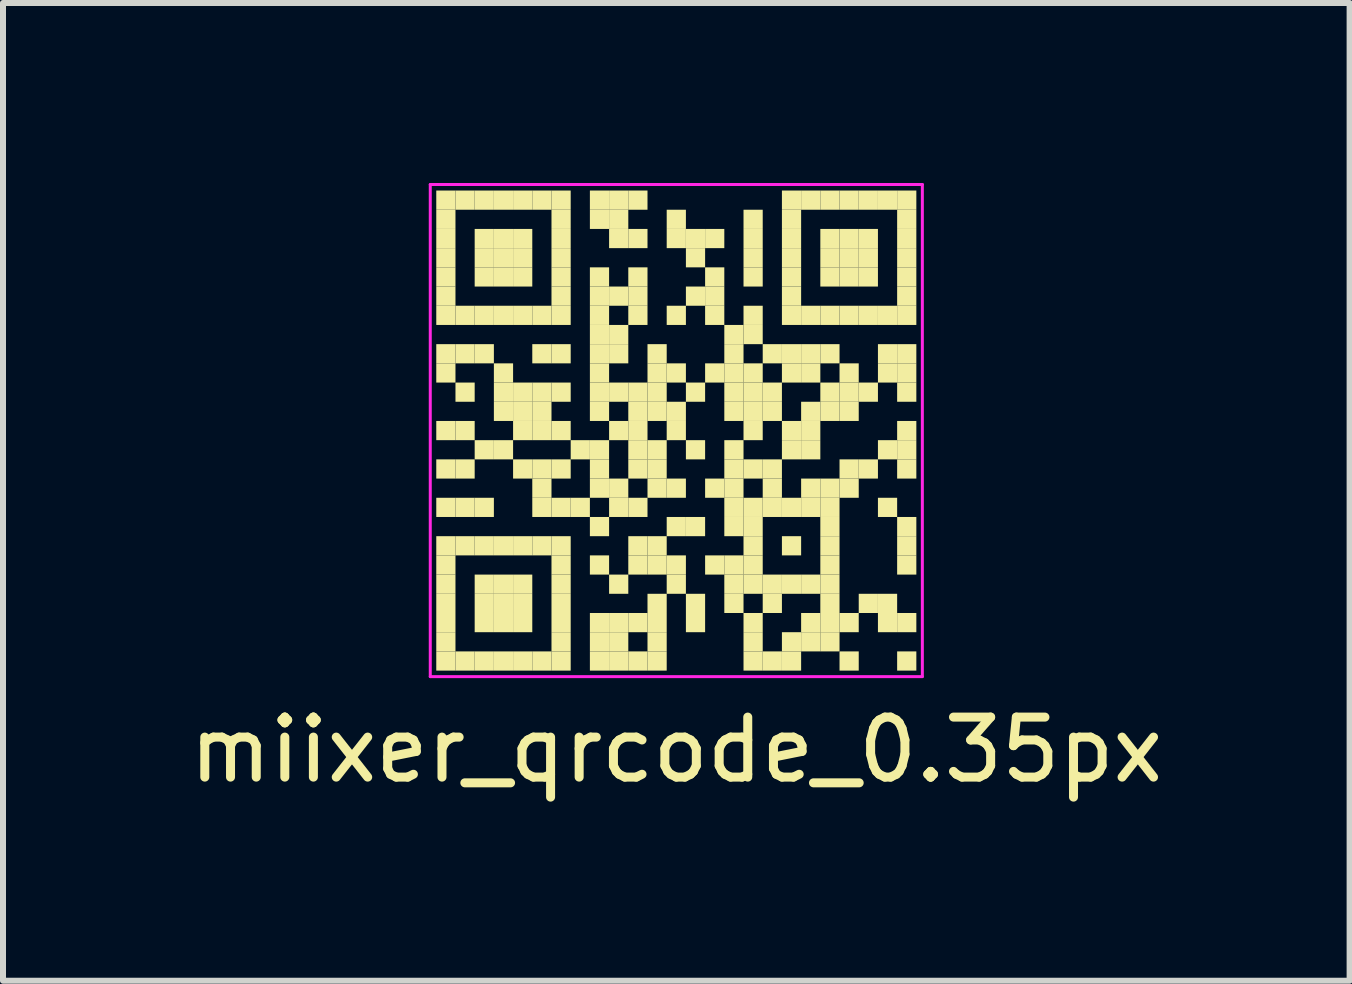
<source format=kicad_pcb>
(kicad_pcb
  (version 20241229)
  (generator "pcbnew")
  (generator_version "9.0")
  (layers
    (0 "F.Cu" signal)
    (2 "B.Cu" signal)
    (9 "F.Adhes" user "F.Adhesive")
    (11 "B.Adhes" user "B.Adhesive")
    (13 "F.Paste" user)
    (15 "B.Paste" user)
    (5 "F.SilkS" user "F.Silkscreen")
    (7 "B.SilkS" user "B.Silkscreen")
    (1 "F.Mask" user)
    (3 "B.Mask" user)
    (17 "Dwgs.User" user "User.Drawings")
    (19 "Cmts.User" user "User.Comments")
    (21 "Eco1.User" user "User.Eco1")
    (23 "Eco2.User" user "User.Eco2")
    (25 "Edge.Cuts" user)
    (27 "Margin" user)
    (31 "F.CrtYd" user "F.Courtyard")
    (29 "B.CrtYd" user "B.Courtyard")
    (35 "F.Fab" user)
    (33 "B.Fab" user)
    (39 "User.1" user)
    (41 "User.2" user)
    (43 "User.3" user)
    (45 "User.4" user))
  (footprint "miixer_qrcode_0.35px"
    (layer "F.Cu")
    (at 8.22 4.125)
    (property "Reference" "miixer_qrcode_0.35px" (at 0 5.32 0) (layer "F.SilkS") (effects (font (size 1 1) (thickness 0.15))))
    (fp_rect (start -4 -4) (end -3.68 -3.68) (stroke (width 0) (type default)) (fill yes) (layer "F.SilkS"))
    (fp_rect (start -4 -3.68) (end -3.68 -3.36) (stroke (width 0) (type default)) (fill yes) (layer "F.SilkS"))
    (fp_rect (start -4 -3.36) (end -3.68 -3.04) (stroke (width 0) (type default)) (fill yes) (layer "F.SilkS"))
    (fp_rect (start -4 -3.04) (end -3.68 -2.72) (stroke (width 0) (type default)) (fill yes) (layer "F.SilkS"))
    (fp_rect (start -4 -2.72) (end -3.68 -2.4) (stroke (width 0) (type default)) (fill yes) (layer "F.SilkS"))
    (fp_rect (start -4 -2.4) (end -3.68 -2.08) (stroke (width 0) (type default)) (fill yes) (layer "F.SilkS"))
    (fp_rect (start -4 -2.08) (end -3.68 -1.76) (stroke (width 0) (type default)) (fill yes) (layer "F.SilkS"))
    (fp_rect (start -4 -1.44) (end -3.68 -1.12) (stroke (width 0) (type default)) (fill yes) (layer "F.SilkS"))
    (fp_rect (start -4 -1.12) (end -3.68 -0.8) (stroke (width 0) (type default)) (fill yes) (layer "F.SilkS"))
    (fp_rect (start -4 -0.16) (end -3.68 0.16) (stroke (width 0) (type default)) (fill yes) (layer "F.SilkS"))
    (fp_rect (start -4 0.48) (end -3.68 0.8) (stroke (width 0) (type default)) (fill yes) (layer "F.SilkS"))
    (fp_rect (start -4 1.12) (end -3.68 1.44) (stroke (width 0) (type default)) (fill yes) (layer "F.SilkS"))
    (fp_rect (start -4 1.76) (end -3.68 2.08) (stroke (width 0) (type default)) (fill yes) (layer "F.SilkS"))
    (fp_rect (start -4 2.08) (end -3.68 2.4) (stroke (width 0) (type default)) (fill yes) (layer "F.SilkS"))
    (fp_rect (start -4 2.4) (end -3.68 2.72) (stroke (width 0) (type default)) (fill yes) (layer "F.SilkS"))
    (fp_rect (start -4 2.72) (end -3.68 3.04) (stroke (width 0) (type default)) (fill yes) (layer "F.SilkS"))
    (fp_rect (start -4 3.04) (end -3.68 3.36) (stroke (width 0) (type default)) (fill yes) (layer "F.SilkS"))
    (fp_rect (start -4 3.36) (end -3.68 3.68) (stroke (width 0) (type default)) (fill yes) (layer "F.SilkS"))
    (fp_rect (start -4 3.68) (end -3.68 4) (stroke (width 0) (type default)) (fill yes) (layer "F.SilkS"))
    (fp_rect (start -3.68 -4) (end -3.36 -3.68) (stroke (width 0) (type default)) (fill yes) (layer "F.SilkS"))
    (fp_rect (start -3.68 -2.08) (end -3.36 -1.76) (stroke (width 0) (type default)) (fill yes) (layer "F.SilkS"))
    (fp_rect (start -3.68 -1.44) (end -3.36 -1.12) (stroke (width 0) (type default)) (fill yes) (layer "F.SilkS"))
    (fp_rect (start -3.68 -0.8) (end -3.36 -0.48) (stroke (width 0) (type default)) (fill yes) (layer "F.SilkS"))
    (fp_rect (start -3.68 -0.16) (end -3.36 0.16) (stroke (width 0) (type default)) (fill yes) (layer "F.SilkS"))
    (fp_rect (start -3.68 0.48) (end -3.36 0.8) (stroke (width 0) (type default)) (fill yes) (layer "F.SilkS"))
    (fp_rect (start -3.68 1.12) (end -3.36 1.44) (stroke (width 0) (type default)) (fill yes) (layer "F.SilkS"))
    (fp_rect (start -3.68 1.76) (end -3.36 2.08) (stroke (width 0) (type default)) (fill yes) (layer "F.SilkS"))
    (fp_rect (start -3.68 3.68) (end -3.36 4) (stroke (width 0) (type default)) (fill yes) (layer "F.SilkS"))
    (fp_rect (start -3.36 -4) (end -3.04 -3.68) (stroke (width 0) (type default)) (fill yes) (layer "F.SilkS"))
    (fp_rect (start -3.36 -3.36) (end -3.04 -3.04) (stroke (width 0) (type default)) (fill yes) (layer "F.SilkS"))
    (fp_rect (start -3.36 -3.04) (end -3.04 -2.72) (stroke (width 0) (type default)) (fill yes) (layer "F.SilkS"))
    (fp_rect (start -3.36 -2.72) (end -3.04 -2.4) (stroke (width 0) (type default)) (fill yes) (layer "F.SilkS"))
    (fp_rect (start -3.36 -2.08) (end -3.04 -1.76) (stroke (width 0) (type default)) (fill yes) (layer "F.SilkS"))
    (fp_rect (start -3.36 -1.44) (end -3.04 -1.12) (stroke (width 0) (type default)) (fill yes) (layer "F.SilkS"))
    (fp_rect (start -3.36 0.16) (end -3.04 0.48) (stroke (width 0) (type default)) (fill yes) (layer "F.SilkS"))
    (fp_rect (start -3.36 1.12) (end -3.04 1.44) (stroke (width 0) (type default)) (fill yes) (layer "F.SilkS"))
    (fp_rect (start -3.36 1.76) (end -3.04 2.08) (stroke (width 0) (type default)) (fill yes) (layer "F.SilkS"))
    (fp_rect (start -3.36 2.4) (end -3.04 2.72) (stroke (width 0) (type default)) (fill yes) (layer "F.SilkS"))
    (fp_rect (start -3.36 2.72) (end -3.04 3.04) (stroke (width 0) (type default)) (fill yes) (layer "F.SilkS"))
    (fp_rect (start -3.36 3.04) (end -3.04 3.36) (stroke (width 0) (type default)) (fill yes) (layer "F.SilkS"))
    (fp_rect (start -3.36 3.68) (end -3.04 4) (stroke (width 0) (type default)) (fill yes) (layer "F.SilkS"))
    (fp_rect (start -3.04 -4) (end -2.72 -3.68) (stroke (width 0) (type default)) (fill yes) (layer "F.SilkS"))
    (fp_rect (start -3.04 -3.36) (end -2.72 -3.04) (stroke (width 0) (type default)) (fill yes) (layer "F.SilkS"))
    (fp_rect (start -3.04 -3.04) (end -2.72 -2.72) (stroke (width 0) (type default)) (fill yes) (layer "F.SilkS"))
    (fp_rect (start -3.04 -2.72) (end -2.72 -2.4) (stroke (width 0) (type default)) (fill yes) (layer "F.SilkS"))
    (fp_rect (start -3.04 -2.08) (end -2.72 -1.76) (stroke (width 0) (type default)) (fill yes) (layer "F.SilkS"))
    (fp_rect (start -3.04 -1.12) (end -2.72 -0.8) (stroke (width 0) (type default)) (fill yes) (layer "F.SilkS"))
    (fp_rect (start -3.04 -0.8) (end -2.72 -0.48) (stroke (width 0) (type default)) (fill yes) (layer "F.SilkS"))
    (fp_rect (start -3.04 -0.48) (end -2.72 -0.16) (stroke (width 0) (type default)) (fill yes) (layer "F.SilkS"))
    (fp_rect (start -3.04 0.16) (end -2.72 0.48) (stroke (width 0) (type default)) (fill yes) (layer "F.SilkS"))
    (fp_rect (start -3.04 1.76) (end -2.72 2.08) (stroke (width 0) (type default)) (fill yes) (layer "F.SilkS"))
    (fp_rect (start -3.04 2.4) (end -2.72 2.72) (stroke (width 0) (type default)) (fill yes) (layer "F.SilkS"))
    (fp_rect (start -3.04 2.72) (end -2.72 3.04) (stroke (width 0) (type default)) (fill yes) (layer "F.SilkS"))
    (fp_rect (start -3.04 3.04) (end -2.72 3.36) (stroke (width 0) (type default)) (fill yes) (layer "F.SilkS"))
    (fp_rect (start -3.04 3.68) (end -2.72 4) (stroke (width 0) (type default)) (fill yes) (layer "F.SilkS"))
    (fp_rect (start -2.72 -4) (end -2.4 -3.68) (stroke (width 0) (type default)) (fill yes) (layer "F.SilkS"))
    (fp_rect (start -2.72 -3.36) (end -2.4 -3.04) (stroke (width 0) (type default)) (fill yes) (layer "F.SilkS"))
    (fp_rect (start -2.72 -3.04) (end -2.4 -2.72) (stroke (width 0) (type default)) (fill yes) (layer "F.SilkS"))
    (fp_rect (start -2.72 -2.72) (end -2.4 -2.4) (stroke (width 0) (type default)) (fill yes) (layer "F.SilkS"))
    (fp_rect (start -2.72 -2.08) (end -2.4 -1.76) (stroke (width 0) (type default)) (fill yes) (layer "F.SilkS"))
    (fp_rect (start -2.72 -0.8) (end -2.4 -0.48) (stroke (width 0) (type default)) (fill yes) (layer "F.SilkS"))
    (fp_rect (start -2.72 -0.48) (end -2.4 -0.16) (stroke (width 0) (type default)) (fill yes) (layer "F.SilkS"))
    (fp_rect (start -2.72 -0.16) (end -2.4 0.16) (stroke (width 0) (type default)) (fill yes) (layer "F.SilkS"))
    (fp_rect (start -2.72 0.48) (end -2.4 0.8) (stroke (width 0) (type default)) (fill yes) (layer "F.SilkS"))
    (fp_rect (start -2.72 1.76) (end -2.4 2.08) (stroke (width 0) (type default)) (fill yes) (layer "F.SilkS"))
    (fp_rect (start -2.72 2.4) (end -2.4 2.72) (stroke (width 0) (type default)) (fill yes) (layer "F.SilkS"))
    (fp_rect (start -2.72 2.72) (end -2.4 3.04) (stroke (width 0) (type default)) (fill yes) (layer "F.SilkS"))
    (fp_rect (start -2.72 3.04) (end -2.4 3.36) (stroke (width 0) (type default)) (fill yes) (layer "F.SilkS"))
    (fp_rect (start -2.72 3.68) (end -2.4 4) (stroke (width 0) (type default)) (fill yes) (layer "F.SilkS"))
    (fp_rect (start -2.4 -4) (end -2.08 -3.68) (stroke (width 0) (type default)) (fill yes) (layer "F.SilkS"))
    (fp_rect (start -2.4 -2.08) (end -2.08 -1.76) (stroke (width 0) (type default)) (fill yes) (layer "F.SilkS"))
    (fp_rect (start -2.4 -1.44) (end -2.08 -1.12) (stroke (width 0) (type default)) (fill yes) (layer "F.SilkS"))
    (fp_rect (start -2.4 -0.8) (end -2.08 -0.48) (stroke (width 0) (type default)) (fill yes) (layer "F.SilkS"))
    (fp_rect (start -2.4 -0.48) (end -2.08 -0.16) (stroke (width 0) (type default)) (fill yes) (layer "F.SilkS"))
    (fp_rect (start -2.4 -0.16) (end -2.08 0.16) (stroke (width 0) (type default)) (fill yes) (layer "F.SilkS"))
    (fp_rect (start -2.4 0.48) (end -2.08 0.8) (stroke (width 0) (type default)) (fill yes) (layer "F.SilkS"))
    (fp_rect (start -2.4 0.8) (end -2.08 1.12) (stroke (width 0) (type default)) (fill yes) (layer "F.SilkS"))
    (fp_rect (start -2.4 1.12) (end -2.08 1.44) (stroke (width 0) (type default)) (fill yes) (layer "F.SilkS"))
    (fp_rect (start -2.4 1.76) (end -2.08 2.08) (stroke (width 0) (type default)) (fill yes) (layer "F.SilkS"))
    (fp_rect (start -2.4 3.68) (end -2.08 4) (stroke (width 0) (type default)) (fill yes) (layer "F.SilkS"))
    (fp_rect (start -2.08 -4) (end -1.76 -3.68) (stroke (width 0) (type default)) (fill yes) (layer "F.SilkS"))
    (fp_rect (start -2.08 -3.68) (end -1.76 -3.36) (stroke (width 0) (type default)) (fill yes) (layer "F.SilkS"))
    (fp_rect (start -2.08 -3.36) (end -1.76 -3.04) (stroke (width 0) (type default)) (fill yes) (layer "F.SilkS"))
    (fp_rect (start -2.08 -3.04) (end -1.76 -2.72) (stroke (width 0) (type default)) (fill yes) (layer "F.SilkS"))
    (fp_rect (start -2.08 -2.72) (end -1.76 -2.4) (stroke (width 0) (type default)) (fill yes) (layer "F.SilkS"))
    (fp_rect (start -2.08 -2.4) (end -1.76 -2.08) (stroke (width 0) (type default)) (fill yes) (layer "F.SilkS"))
    (fp_rect (start -2.08 -2.08) (end -1.76 -1.76) (stroke (width 0) (type default)) (fill yes) (layer "F.SilkS"))
    (fp_rect (start -2.08 -1.44) (end -1.76 -1.12) (stroke (width 0) (type default)) (fill yes) (layer "F.SilkS"))
    (fp_rect (start -2.08 -0.8) (end -1.76 -0.48) (stroke (width 0) (type default)) (fill yes) (layer "F.SilkS"))
    (fp_rect (start -2.08 -0.16) (end -1.76 0.16) (stroke (width 0) (type default)) (fill yes) (layer "F.SilkS"))
    (fp_rect (start -2.08 0.48) (end -1.76 0.8) (stroke (width 0) (type default)) (fill yes) (layer "F.SilkS"))
    (fp_rect (start -2.08 1.12) (end -1.76 1.44) (stroke (width 0) (type default)) (fill yes) (layer "F.SilkS"))
    (fp_rect (start -2.08 1.76) (end -1.76 2.08) (stroke (width 0) (type default)) (fill yes) (layer "F.SilkS"))
    (fp_rect (start -2.08 2.08) (end -1.76 2.4) (stroke (width 0) (type default)) (fill yes) (layer "F.SilkS"))
    (fp_rect (start -2.08 2.4) (end -1.76 2.72) (stroke (width 0) (type default)) (fill yes) (layer "F.SilkS"))
    (fp_rect (start -2.08 2.72) (end -1.76 3.04) (stroke (width 0) (type default)) (fill yes) (layer "F.SilkS"))
    (fp_rect (start -2.08 3.04) (end -1.76 3.36) (stroke (width 0) (type default)) (fill yes) (layer "F.SilkS"))
    (fp_rect (start -2.08 3.36) (end -1.76 3.68) (stroke (width 0) (type default)) (fill yes) (layer "F.SilkS"))
    (fp_rect (start -2.08 3.68) (end -1.76 4) (stroke (width 0) (type default)) (fill yes) (layer "F.SilkS"))
    (fp_rect (start -1.76 0.16) (end -1.44 0.48) (stroke (width 0) (type default)) (fill yes) (layer "F.SilkS"))
    (fp_rect (start -1.76 1.12) (end -1.44 1.44) (stroke (width 0) (type default)) (fill yes) (layer "F.SilkS"))
    (fp_rect (start -1.44 -4) (end -1.12 -3.68) (stroke (width 0) (type default)) (fill yes) (layer "F.SilkS"))
    (fp_rect (start -1.44 -3.68) (end -1.12 -3.36) (stroke (width 0) (type default)) (fill yes) (layer "F.SilkS"))
    (fp_rect (start -1.44 -2.72) (end -1.12 -2.4) (stroke (width 0) (type default)) (fill yes) (layer "F.SilkS"))
    (fp_rect (start -1.44 -2.4) (end -1.12 -2.08) (stroke (width 0) (type default)) (fill yes) (layer "F.SilkS"))
    (fp_rect (start -1.44 -2.08) (end -1.12 -1.76) (stroke (width 0) (type default)) (fill yes) (layer "F.SilkS"))
    (fp_rect (start -1.44 -1.76) (end -1.12 -1.44) (stroke (width 0) (type default)) (fill yes) (layer "F.SilkS"))
    (fp_rect (start -1.44 -1.44) (end -1.12 -1.12) (stroke (width 0) (type default)) (fill yes) (layer "F.SilkS"))
    (fp_rect (start -1.44 -1.12) (end -1.12 -0.8) (stroke (width 0) (type default)) (fill yes) (layer "F.SilkS"))
    (fp_rect (start -1.44 -0.8) (end -1.12 -0.48) (stroke (width 0) (type default)) (fill yes) (layer "F.SilkS"))
    (fp_rect (start -1.44 -0.48) (end -1.12 -0.16) (stroke (width 0) (type default)) (fill yes) (layer "F.SilkS"))
    (fp_rect (start -1.44 0.16) (end -1.12 0.48) (stroke (width 0) (type default)) (fill yes) (layer "F.SilkS"))
    (fp_rect (start -1.44 0.48) (end -1.12 0.8) (stroke (width 0) (type default)) (fill yes) (layer "F.SilkS"))
    (fp_rect (start -1.44 0.8) (end -1.12 1.12) (stroke (width 0) (type default)) (fill yes) (layer "F.SilkS"))
    (fp_rect (start -1.44 1.44) (end -1.12 1.76) (stroke (width 0) (type default)) (fill yes) (layer "F.SilkS"))
    (fp_rect (start -1.44 2.08) (end -1.12 2.4) (stroke (width 0) (type default)) (fill yes) (layer "F.SilkS"))
    (fp_rect (start -1.44 3.04) (end -1.12 3.36) (stroke (width 0) (type default)) (fill yes) (layer "F.SilkS"))
    (fp_rect (start -1.44 3.36) (end -1.12 3.68) (stroke (width 0) (type default)) (fill yes) (layer "F.SilkS"))
    (fp_rect (start -1.44 3.68) (end -1.12 4) (stroke (width 0) (type default)) (fill yes) (layer "F.SilkS"))
    (fp_rect (start -1.12 -4) (end -0.8 -3.68) (stroke (width 0) (type default)) (fill yes) (layer "F.SilkS"))
    (fp_rect (start -1.12 -3.68) (end -0.8 -3.36) (stroke (width 0) (type default)) (fill yes) (layer "F.SilkS"))
    (fp_rect (start -1.12 -3.36) (end -0.8 -3.04) (stroke (width 0) (type default)) (fill yes) (layer "F.SilkS"))
    (fp_rect (start -1.12 -2.4) (end -0.8 -2.08) (stroke (width 0) (type default)) (fill yes) (layer "F.SilkS"))
    (fp_rect (start -1.12 -1.76) (end -0.8 -1.44) (stroke (width 0) (type default)) (fill yes) (layer "F.SilkS"))
    (fp_rect (start -1.12 -1.44) (end -0.8 -1.12) (stroke (width 0) (type default)) (fill yes) (layer "F.SilkS"))
    (fp_rect (start -1.12 -0.8) (end -0.8 -0.48) (stroke (width 0) (type default)) (fill yes) (layer "F.SilkS"))
    (fp_rect (start -1.12 -0.16) (end -0.8 0.16) (stroke (width 0) (type default)) (fill yes) (layer "F.SilkS"))
    (fp_rect (start -1.12 0.8) (end -0.8 1.12) (stroke (width 0) (type default)) (fill yes) (layer "F.SilkS"))
    (fp_rect (start -1.12 1.12) (end -0.8 1.44) (stroke (width 0) (type default)) (fill yes) (layer "F.SilkS"))
    (fp_rect (start -1.12 2.4) (end -0.8 2.72) (stroke (width 0) (type default)) (fill yes) (layer "F.SilkS"))
    (fp_rect (start -1.12 3.04) (end -0.8 3.36) (stroke (width 0) (type default)) (fill yes) (layer "F.SilkS"))
    (fp_rect (start -1.12 3.36) (end -0.8 3.68) (stroke (width 0) (type default)) (fill yes) (layer "F.SilkS"))
    (fp_rect (start -1.12 3.68) (end -0.8 4) (stroke (width 0) (type default)) (fill yes) (layer "F.SilkS"))
    (fp_rect (start -0.8 -4) (end -0.48 -3.68) (stroke (width 0) (type default)) (fill yes) (layer "F.SilkS"))
    (fp_rect (start -0.8 -3.36) (end -0.48 -3.04) (stroke (width 0) (type default)) (fill yes) (layer "F.SilkS"))
    (fp_rect (start -0.8 -2.72) (end -0.48 -2.4) (stroke (width 0) (type default)) (fill yes) (layer "F.SilkS"))
    (fp_rect (start -0.8 -2.4) (end -0.48 -2.08) (stroke (width 0) (type default)) (fill yes) (layer "F.SilkS"))
    (fp_rect (start -0.8 -2.08) (end -0.48 -1.76) (stroke (width 0) (type default)) (fill yes) (layer "F.SilkS"))
    (fp_rect (start -0.8 -0.8) (end -0.48 -0.48) (stroke (width 0) (type default)) (fill yes) (layer "F.SilkS"))
    (fp_rect (start -0.8 -0.48) (end -0.48 -0.16) (stroke (width 0) (type default)) (fill yes) (layer "F.SilkS"))
    (fp_rect (start -0.8 -0.16) (end -0.48 0.16) (stroke (width 0) (type default)) (fill yes) (layer "F.SilkS"))
    (fp_rect (start -0.8 0.16) (end -0.48 0.48) (stroke (width 0) (type default)) (fill yes) (layer "F.SilkS"))
    (fp_rect (start -0.8 0.48) (end -0.48 0.8) (stroke (width 0) (type default)) (fill yes) (layer "F.SilkS"))
    (fp_rect (start -0.8 1.12) (end -0.48 1.44) (stroke (width 0) (type default)) (fill yes) (layer "F.SilkS"))
    (fp_rect (start -0.8 1.76) (end -0.48 2.08) (stroke (width 0) (type default)) (fill yes) (layer "F.SilkS"))
    (fp_rect (start -0.8 2.08) (end -0.48 2.4) (stroke (width 0) (type default)) (fill yes) (layer "F.SilkS"))
    (fp_rect (start -0.8 3.04) (end -0.48 3.36) (stroke (width 0) (type default)) (fill yes) (layer "F.SilkS"))
    (fp_rect (start -0.8 3.68) (end -0.48 4) (stroke (width 0) (type default)) (fill yes) (layer "F.SilkS"))
    (fp_rect (start -0.48 -1.44) (end -0.16 -1.12) (stroke (width 0) (type default)) (fill yes) (layer "F.SilkS"))
    (fp_rect (start -0.48 -1.12) (end -0.16 -0.8) (stroke (width 0) (type default)) (fill yes) (layer "F.SilkS"))
    (fp_rect (start -0.48 -0.8) (end -0.16 -0.48) (stroke (width 0) (type default)) (fill yes) (layer "F.SilkS"))
    (fp_rect (start -0.48 -0.48) (end -0.16 -0.16) (stroke (width 0) (type default)) (fill yes) (layer "F.SilkS"))
    (fp_rect (start -0.48 0.16) (end -0.16 0.48) (stroke (width 0) (type default)) (fill yes) (layer "F.SilkS"))
    (fp_rect (start -0.48 0.48) (end -0.16 0.8) (stroke (width 0) (type default)) (fill yes) (layer "F.SilkS"))
    (fp_rect (start -0.48 0.8) (end -0.16 1.12) (stroke (width 0) (type default)) (fill yes) (layer "F.SilkS"))
    (fp_rect (start -0.48 1.76) (end -0.16 2.08) (stroke (width 0) (type default)) (fill yes) (layer "F.SilkS"))
    (fp_rect (start -0.48 2.08) (end -0.16 2.4) (stroke (width 0) (type default)) (fill yes) (layer "F.SilkS"))
    (fp_rect (start -0.48 2.72) (end -0.16 3.04) (stroke (width 0) (type default)) (fill yes) (layer "F.SilkS"))
    (fp_rect (start -0.48 3.04) (end -0.16 3.36) (stroke (width 0) (type default)) (fill yes) (layer "F.SilkS"))
    (fp_rect (start -0.48 3.36) (end -0.16 3.68) (stroke (width 0) (type default)) (fill yes) (layer "F.SilkS"))
    (fp_rect (start -0.48 3.68) (end -0.16 4) (stroke (width 0) (type default)) (fill yes) (layer "F.SilkS"))
    (fp_rect (start -0.16 -3.68) (end 0.16 -3.36) (stroke (width 0) (type default)) (fill yes) (layer "F.SilkS"))
    (fp_rect (start -0.16 -3.36) (end 0.16 -3.04) (stroke (width 0) (type default)) (fill yes) (layer "F.SilkS"))
    (fp_rect (start -0.16 -2.08) (end 0.16 -1.76) (stroke (width 0) (type default)) (fill yes) (layer "F.SilkS"))
    (fp_rect (start -0.16 -1.12) (end 0.16 -0.8) (stroke (width 0) (type default)) (fill yes) (layer "F.SilkS"))
    (fp_rect (start -0.16 -0.48) (end 0.16 -0.16) (stroke (width 0) (type default)) (fill yes) (layer "F.SilkS"))
    (fp_rect (start -0.16 -0.16) (end 0.16 0.16) (stroke (width 0) (type default)) (fill yes) (layer "F.SilkS"))
    (fp_rect (start -0.16 0.8) (end 0.16 1.12) (stroke (width 0) (type default)) (fill yes) (layer "F.SilkS"))
    (fp_rect (start -0.16 1.44) (end 0.16 1.76) (stroke (width 0) (type default)) (fill yes) (layer "F.SilkS"))
    (fp_rect (start -0.16 2.08) (end 0.16 2.4) (stroke (width 0) (type default)) (fill yes) (layer "F.SilkS"))
    (fp_rect (start -0.16 2.4) (end 0.16 2.72) (stroke (width 0) (type default)) (fill yes) (layer "F.SilkS"))
    (fp_rect (start 0.16 -3.36) (end 0.48 -3.04) (stroke (width 0) (type default)) (fill yes) (layer "F.SilkS"))
    (fp_rect (start 0.16 -3.04) (end 0.48 -2.72) (stroke (width 0) (type default)) (fill yes) (layer "F.SilkS"))
    (fp_rect (start 0.16 -2.4) (end 0.48 -2.08) (stroke (width 0) (type default)) (fill yes) (layer "F.SilkS"))
    (fp_rect (start 0.16 -0.8) (end 0.48 -0.48) (stroke (width 0) (type default)) (fill yes) (layer "F.SilkS"))
    (fp_rect (start 0.16 0.16) (end 0.48 0.48) (stroke (width 0) (type default)) (fill yes) (layer "F.SilkS"))
    (fp_rect (start 0.16 1.44) (end 0.48 1.76) (stroke (width 0) (type default)) (fill yes) (layer "F.SilkS"))
    (fp_rect (start 0.16 2.72) (end 0.48 3.04) (stroke (width 0) (type default)) (fill yes) (layer "F.SilkS"))
    (fp_rect (start 0.16 3.04) (end 0.48 3.36) (stroke (width 0) (type default)) (fill yes) (layer "F.SilkS"))
    (fp_rect (start 0.48 -3.36) (end 0.8 -3.04) (stroke (width 0) (type default)) (fill yes) (layer "F.SilkS"))
    (fp_rect (start 0.48 -2.72) (end 0.8 -2.4) (stroke (width 0) (type default)) (fill yes) (layer "F.SilkS"))
    (fp_rect (start 0.48 -2.4) (end 0.8 -2.08) (stroke (width 0) (type default)) (fill yes) (layer "F.SilkS"))
    (fp_rect (start 0.48 -2.08) (end 0.8 -1.76) (stroke (width 0) (type default)) (fill yes) (layer "F.SilkS"))
    (fp_rect (start 0.48 -1.12) (end 0.8 -0.8) (stroke (width 0) (type default)) (fill yes) (layer "F.SilkS"))
    (fp_rect (start 0.48 0.8) (end 0.8 1.12) (stroke (width 0) (type default)) (fill yes) (layer "F.SilkS"))
    (fp_rect (start 0.48 2.08) (end 0.8 2.4) (stroke (width 0) (type default)) (fill yes) (layer "F.SilkS"))
    (fp_rect (start 0.8 -1.76) (end 1.12 -1.44) (stroke (width 0) (type default)) (fill yes) (layer "F.SilkS"))
    (fp_rect (start 0.8 -1.44) (end 1.12 -1.12) (stroke (width 0) (type default)) (fill yes) (layer "F.SilkS"))
    (fp_rect (start 0.8 -1.12) (end 1.12 -0.8) (stroke (width 0) (type default)) (fill yes) (layer "F.SilkS"))
    (fp_rect (start 0.8 -0.8) (end 1.12 -0.48) (stroke (width 0) (type default)) (fill yes) (layer "F.SilkS"))
    (fp_rect (start 0.8 -0.48) (end 1.12 -0.16) (stroke (width 0) (type default)) (fill yes) (layer "F.SilkS"))
    (fp_rect (start 0.8 0.16) (end 1.12 0.48) (stroke (width 0) (type default)) (fill yes) (layer "F.SilkS"))
    (fp_rect (start 0.8 0.48) (end 1.12 0.8) (stroke (width 0) (type default)) (fill yes) (layer "F.SilkS"))
    (fp_rect (start 0.8 0.8) (end 1.12 1.12) (stroke (width 0) (type default)) (fill yes) (layer "F.SilkS"))
    (fp_rect (start 0.8 1.12) (end 1.12 1.44) (stroke (width 0) (type default)) (fill yes) (layer "F.SilkS"))
    (fp_rect (start 0.8 1.44) (end 1.12 1.76) (stroke (width 0) (type default)) (fill yes) (layer "F.SilkS"))
    (fp_rect (start 0.8 2.08) (end 1.12 2.4) (stroke (width 0) (type default)) (fill yes) (layer "F.SilkS"))
    (fp_rect (start 0.8 2.4) (end 1.12 2.72) (stroke (width 0) (type default)) (fill yes) (layer "F.SilkS"))
    (fp_rect (start 0.8 2.72) (end 1.12 3.04) (stroke (width 0) (type default)) (fill yes) (layer "F.SilkS"))
    (fp_rect (start 1.12 -3.68) (end 1.44 -3.36) (stroke (width 0) (type default)) (fill yes) (layer "F.SilkS"))
    (fp_rect (start 1.12 -3.36) (end 1.44 -3.04) (stroke (width 0) (type default)) (fill yes) (layer "F.SilkS"))
    (fp_rect (start 1.12 -3.04) (end 1.44 -2.72) (stroke (width 0) (type default)) (fill yes) (layer "F.SilkS"))
    (fp_rect (start 1.12 -2.72) (end 1.44 -2.4) (stroke (width 0) (type default)) (fill yes) (layer "F.SilkS"))
    (fp_rect (start 1.12 -2.08) (end 1.44 -1.76) (stroke (width 0) (type default)) (fill yes) (layer "F.SilkS"))
    (fp_rect (start 1.12 -1.76) (end 1.44 -1.44) (stroke (width 0) (type default)) (fill yes) (layer "F.SilkS"))
    (fp_rect (start 1.12 -1.12) (end 1.44 -0.8) (stroke (width 0) (type default)) (fill yes) (layer "F.SilkS"))
    (fp_rect (start 1.12 -0.8) (end 1.44 -0.48) (stroke (width 0) (type default)) (fill yes) (layer "F.SilkS"))
    (fp_rect (start 1.12 -0.48) (end 1.44 -0.16) (stroke (width 0) (type default)) (fill yes) (layer "F.SilkS"))
    (fp_rect (start 1.12 -0.16) (end 1.44 0.16) (stroke (width 0) (type default)) (fill yes) (layer "F.SilkS"))
    (fp_rect (start 1.12 0.48) (end 1.44 0.8) (stroke (width 0) (type default)) (fill yes) (layer "F.SilkS"))
    (fp_rect (start 1.12 1.12) (end 1.44 1.44) (stroke (width 0) (type default)) (fill yes) (layer "F.SilkS"))
    (fp_rect (start 1.12 1.44) (end 1.44 1.76) (stroke (width 0) (type default)) (fill yes) (layer "F.SilkS"))
    (fp_rect (start 1.12 1.76) (end 1.44 2.08) (stroke (width 0) (type default)) (fill yes) (layer "F.SilkS"))
    (fp_rect (start 1.12 2.08) (end 1.44 2.4) (stroke (width 0) (type default)) (fill yes) (layer "F.SilkS"))
    (fp_rect (start 1.12 2.4) (end 1.44 2.72) (stroke (width 0) (type default)) (fill yes) (layer "F.SilkS"))
    (fp_rect (start 1.12 3.04) (end 1.44 3.36) (stroke (width 0) (type default)) (fill yes) (layer "F.SilkS"))
    (fp_rect (start 1.12 3.36) (end 1.44 3.68) (stroke (width 0) (type default)) (fill yes) (layer "F.SilkS"))
    (fp_rect (start 1.12 3.68) (end 1.44 4) (stroke (width 0) (type default)) (fill yes) (layer "F.SilkS"))
    (fp_rect (start 1.44 -1.44) (end 1.76 -1.12) (stroke (width 0) (type default)) (fill yes) (layer "F.SilkS"))
    (fp_rect (start 1.44 -0.8) (end 1.76 -0.48) (stroke (width 0) (type default)) (fill yes) (layer "F.SilkS"))
    (fp_rect (start 1.44 -0.48) (end 1.76 -0.16) (stroke (width 0) (type default)) (fill yes) (layer "F.SilkS"))
    (fp_rect (start 1.44 0.48) (end 1.76 0.8) (stroke (width 0) (type default)) (fill yes) (layer "F.SilkS"))
    (fp_rect (start 1.44 0.8) (end 1.76 1.12) (stroke (width 0) (type default)) (fill yes) (layer "F.SilkS"))
    (fp_rect (start 1.44 1.12) (end 1.76 1.44) (stroke (width 0) (type default)) (fill yes) (layer "F.SilkS"))
    (fp_rect (start 1.44 2.4) (end 1.76 2.72) (stroke (width 0) (type default)) (fill yes) (layer "F.SilkS"))
    (fp_rect (start 1.44 2.72) (end 1.76 3.04) (stroke (width 0) (type default)) (fill yes) (layer "F.SilkS"))
    (fp_rect (start 1.44 3.68) (end 1.76 4) (stroke (width 0) (type default)) (fill yes) (layer "F.SilkS"))
    (fp_rect (start 1.76 -4) (end 2.08 -3.68) (stroke (width 0) (type default)) (fill yes) (layer "F.SilkS"))
    (fp_rect (start 1.76 -3.68) (end 2.08 -3.36) (stroke (width 0) (type default)) (fill yes) (layer "F.SilkS"))
    (fp_rect (start 1.76 -3.36) (end 2.08 -3.04) (stroke (width 0) (type default)) (fill yes) (layer "F.SilkS"))
    (fp_rect (start 1.76 -3.04) (end 2.08 -2.72) (stroke (width 0) (type default)) (fill yes) (layer "F.SilkS"))
    (fp_rect (start 1.76 -2.72) (end 2.08 -2.4) (stroke (width 0) (type default)) (fill yes) (layer "F.SilkS"))
    (fp_rect (start 1.76 -2.4) (end 2.08 -2.08) (stroke (width 0) (type default)) (fill yes) (layer "F.SilkS"))
    (fp_rect (start 1.76 -2.08) (end 2.08 -1.76) (stroke (width 0) (type default)) (fill yes) (layer "F.SilkS"))
    (fp_rect (start 1.76 -1.44) (end 2.08 -1.12) (stroke (width 0) (type default)) (fill yes) (layer "F.SilkS"))
    (fp_rect (start 1.76 -1.12) (end 2.08 -0.8) (stroke (width 0) (type default)) (fill yes) (layer "F.SilkS"))
    (fp_rect (start 1.76 -0.16) (end 2.08 0.16) (stroke (width 0) (type default)) (fill yes) (layer "F.SilkS"))
    (fp_rect (start 1.76 0.16) (end 2.08 0.48) (stroke (width 0) (type default)) (fill yes) (layer "F.SilkS"))
    (fp_rect (start 1.76 1.12) (end 2.08 1.44) (stroke (width 0) (type default)) (fill yes) (layer "F.SilkS"))
    (fp_rect (start 1.76 1.76) (end 2.08 2.08) (stroke (width 0) (type default)) (fill yes) (layer "F.SilkS"))
    (fp_rect (start 1.76 2.4) (end 2.08 2.72) (stroke (width 0) (type default)) (fill yes) (layer "F.SilkS"))
    (fp_rect (start 1.76 3.36) (end 2.08 3.68) (stroke (width 0) (type default)) (fill yes) (layer "F.SilkS"))
    (fp_rect (start 1.76 3.68) (end 2.08 4) (stroke (width 0) (type default)) (fill yes) (layer "F.SilkS"))
    (fp_rect (start 2.08 -4) (end 2.4 -3.68) (stroke (width 0) (type default)) (fill yes) (layer "F.SilkS"))
    (fp_rect (start 2.08 -2.08) (end 2.4 -1.76) (stroke (width 0) (type default)) (fill yes) (layer "F.SilkS"))
    (fp_rect (start 2.08 -1.44) (end 2.4 -1.12) (stroke (width 0) (type default)) (fill yes) (layer "F.SilkS"))
    (fp_rect (start 2.08 -1.12) (end 2.4 -0.8) (stroke (width 0) (type default)) (fill yes) (layer "F.SilkS"))
    (fp_rect (start 2.08 -0.48) (end 2.4 -0.16) (stroke (width 0) (type default)) (fill yes) (layer "F.SilkS"))
    (fp_rect (start 2.08 -0.16) (end 2.4 0.16) (stroke (width 0) (type default)) (fill yes) (layer "F.SilkS"))
    (fp_rect (start 2.08 0.16) (end 2.4 0.48) (stroke (width 0) (type default)) (fill yes) (layer "F.SilkS"))
    (fp_rect (start 2.08 0.8) (end 2.4 1.12) (stroke (width 0) (type default)) (fill yes) (layer "F.SilkS"))
    (fp_rect (start 2.08 1.12) (end 2.4 1.44) (stroke (width 0) (type default)) (fill yes) (layer "F.SilkS"))
    (fp_rect (start 2.08 2.4) (end 2.4 2.72) (stroke (width 0) (type default)) (fill yes) (layer "F.SilkS"))
    (fp_rect (start 2.08 3.04) (end 2.4 3.36) (stroke (width 0) (type default)) (fill yes) (layer "F.SilkS"))
    (fp_rect (start 2.08 3.36) (end 2.4 3.68) (stroke (width 0) (type default)) (fill yes) (layer "F.SilkS"))
    (fp_rect (start 2.4 -4) (end 2.72 -3.68) (stroke (width 0) (type default)) (fill yes) (layer "F.SilkS"))
    (fp_rect (start 2.4 -3.36) (end 2.72 -3.04) (stroke (width 0) (type default)) (fill yes) (layer "F.SilkS"))
    (fp_rect (start 2.4 -3.04) (end 2.72 -2.72) (stroke (width 0) (type default)) (fill yes) (layer "F.SilkS"))
    (fp_rect (start 2.4 -2.72) (end 2.72 -2.4) (stroke (width 0) (type default)) (fill yes) (layer "F.SilkS"))
    (fp_rect (start 2.4 -2.08) (end 2.72 -1.76) (stroke (width 0) (type default)) (fill yes) (layer "F.SilkS"))
    (fp_rect (start 2.4 -1.44) (end 2.72 -1.12) (stroke (width 0) (type default)) (fill yes) (layer "F.SilkS"))
    (fp_rect (start 2.4 -0.8) (end 2.72 -0.48) (stroke (width 0) (type default)) (fill yes) (layer "F.SilkS"))
    (fp_rect (start 2.4 -0.48) (end 2.72 -0.16) (stroke (width 0) (type default)) (fill yes) (layer "F.SilkS"))
    (fp_rect (start 2.4 0.8) (end 2.72 1.12) (stroke (width 0) (type default)) (fill yes) (layer "F.SilkS"))
    (fp_rect (start 2.4 1.12) (end 2.72 1.44) (stroke (width 0) (type default)) (fill yes) (layer "F.SilkS"))
    (fp_rect (start 2.4 1.44) (end 2.72 1.76) (stroke (width 0) (type default)) (fill yes) (layer "F.SilkS"))
    (fp_rect (start 2.4 1.76) (end 2.72 2.08) (stroke (width 0) (type default)) (fill yes) (layer "F.SilkS"))
    (fp_rect (start 2.4 2.08) (end 2.72 2.4) (stroke (width 0) (type default)) (fill yes) (layer "F.SilkS"))
    (fp_rect (start 2.4 2.4) (end 2.72 2.72) (stroke (width 0) (type default)) (fill yes) (layer "F.SilkS"))
    (fp_rect (start 2.4 2.72) (end 2.72 3.04) (stroke (width 0) (type default)) (fill yes) (layer "F.SilkS"))
    (fp_rect (start 2.4 3.04) (end 2.72 3.36) (stroke (width 0) (type default)) (fill yes) (layer "F.SilkS"))
    (fp_rect (start 2.4 3.36) (end 2.72 3.68) (stroke (width 0) (type default)) (fill yes) (layer "F.SilkS"))
    (fp_rect (start 2.72 -4) (end 3.04 -3.68) (stroke (width 0) (type default)) (fill yes) (layer "F.SilkS"))
    (fp_rect (start 2.72 -3.36) (end 3.04 -3.04) (stroke (width 0) (type default)) (fill yes) (layer "F.SilkS"))
    (fp_rect (start 2.72 -3.04) (end 3.04 -2.72) (stroke (width 0) (type default)) (fill yes) (layer "F.SilkS"))
    (fp_rect (start 2.72 -2.72) (end 3.04 -2.4) (stroke (width 0) (type default)) (fill yes) (layer "F.SilkS"))
    (fp_rect (start 2.72 -2.08) (end 3.04 -1.76) (stroke (width 0) (type default)) (fill yes) (layer "F.SilkS"))
    (fp_rect (start 2.72 -1.12) (end 3.04 -0.8) (stroke (width 0) (type default)) (fill yes) (layer "F.SilkS"))
    (fp_rect (start 2.72 -0.8) (end 3.04 -0.48) (stroke (width 0) (type default)) (fill yes) (layer "F.SilkS"))
    (fp_rect (start 2.72 -0.48) (end 3.04 -0.16) (stroke (width 0) (type default)) (fill yes) (layer "F.SilkS"))
    (fp_rect (start 2.72 0.48) (end 3.04 0.8) (stroke (width 0) (type default)) (fill yes) (layer "F.SilkS"))
    (fp_rect (start 2.72 0.8) (end 3.04 1.12) (stroke (width 0) (type default)) (fill yes) (layer "F.SilkS"))
    (fp_rect (start 2.72 3.04) (end 3.04 3.36) (stroke (width 0) (type default)) (fill yes) (layer "F.SilkS"))
    (fp_rect (start 2.72 3.68) (end 3.04 4) (stroke (width 0) (type default)) (fill yes) (layer "F.SilkS"))
    (fp_rect (start 3.04 -4) (end 3.36 -3.68) (stroke (width 0) (type default)) (fill yes) (layer "F.SilkS"))
    (fp_rect (start 3.04 -3.36) (end 3.36 -3.04) (stroke (width 0) (type default)) (fill yes) (layer "F.SilkS"))
    (fp_rect (start 3.04 -3.04) (end 3.36 -2.72) (stroke (width 0) (type default)) (fill yes) (layer "F.SilkS"))
    (fp_rect (start 3.04 -2.72) (end 3.36 -2.4) (stroke (width 0) (type default)) (fill yes) (layer "F.SilkS"))
    (fp_rect (start 3.04 -2.08) (end 3.36 -1.76) (stroke (width 0) (type default)) (fill yes) (layer "F.SilkS"))
    (fp_rect (start 3.04 -0.8) (end 3.36 -0.48) (stroke (width 0) (type default)) (fill yes) (layer "F.SilkS"))
    (fp_rect (start 3.04 0.48) (end 3.36 0.8) (stroke (width 0) (type default)) (fill yes) (layer "F.SilkS"))
    (fp_rect (start 3.04 2.72) (end 3.36 3.04) (stroke (width 0) (type default)) (fill yes) (layer "F.SilkS"))
    (fp_rect (start 3.36 -4) (end 3.68 -3.68) (stroke (width 0) (type default)) (fill yes) (layer "F.SilkS"))
    (fp_rect (start 3.36 -2.08) (end 3.68 -1.76) (stroke (width 0) (type default)) (fill yes) (layer "F.SilkS"))
    (fp_rect (start 3.36 -1.44) (end 3.68 -1.12) (stroke (width 0) (type default)) (fill yes) (layer "F.SilkS"))
    (fp_rect (start 3.36 -1.12) (end 3.68 -0.8) (stroke (width 0) (type default)) (fill yes) (layer "F.SilkS"))
    (fp_rect (start 3.36 0.16) (end 3.68 0.48) (stroke (width 0) (type default)) (fill yes) (layer "F.SilkS"))
    (fp_rect (start 3.36 1.12) (end 3.68 1.44) (stroke (width 0) (type default)) (fill yes) (layer "F.SilkS"))
    (fp_rect (start 3.36 2.72) (end 3.68 3.04) (stroke (width 0) (type default)) (fill yes) (layer "F.SilkS"))
    (fp_rect (start 3.36 3.04) (end 3.68 3.36) (stroke (width 0) (type default)) (fill yes) (layer "F.SilkS"))
    (fp_rect (start 3.68 -4) (end 4 -3.68) (stroke (width 0) (type default)) (fill yes) (layer "F.SilkS"))
    (fp_rect (start 3.68 -3.68) (end 4 -3.36) (stroke (width 0) (type default)) (fill yes) (layer "F.SilkS"))
    (fp_rect (start 3.68 -3.36) (end 4 -3.04) (stroke (width 0) (type default)) (fill yes) (layer "F.SilkS"))
    (fp_rect (start 3.68 -3.04) (end 4 -2.72) (stroke (width 0) (type default)) (fill yes) (layer "F.SilkS"))
    (fp_rect (start 3.68 -2.72) (end 4 -2.4) (stroke (width 0) (type default)) (fill yes) (layer "F.SilkS"))
    (fp_rect (start 3.68 -2.4) (end 4 -2.08) (stroke (width 0) (type default)) (fill yes) (layer "F.SilkS"))
    (fp_rect (start 3.68 -2.08) (end 4 -1.76) (stroke (width 0) (type default)) (fill yes) (layer "F.SilkS"))
    (fp_rect (start 3.68 -1.44) (end 4 -1.12) (stroke (width 0) (type default)) (fill yes) (layer "F.SilkS"))
    (fp_rect (start 3.68 -1.12) (end 4 -0.8) (stroke (width 0) (type default)) (fill yes) (layer "F.SilkS"))
    (fp_rect (start 3.68 -0.8) (end 4 -0.48) (stroke (width 0) (type default)) (fill yes) (layer "F.SilkS"))
    (fp_rect (start 3.68 -0.16) (end 4 0.16) (stroke (width 0) (type default)) (fill yes) (layer "F.SilkS"))
    (fp_rect (start 3.68 0.16) (end 4 0.48) (stroke (width 0) (type default)) (fill yes) (layer "F.SilkS"))
    (fp_rect (start 3.68 0.48) (end 4 0.8) (stroke (width 0) (type default)) (fill yes) (layer "F.SilkS"))
    (fp_rect (start 3.68 1.44) (end 4 1.76) (stroke (width 0) (type default)) (fill yes) (layer "F.SilkS"))
    (fp_rect (start 3.68 1.76) (end 4 2.08) (stroke (width 0) (type default)) (fill yes) (layer "F.SilkS"))
    (fp_rect (start 3.68 2.08) (end 4 2.4) (stroke (width 0) (type default)) (fill yes) (layer "F.SilkS"))
    (fp_rect (start 3.68 3.04) (end 4 3.36) (stroke (width 0) (type default)) (fill yes) (layer "F.SilkS"))
    (fp_rect (start 3.68 3.68) (end 4 4) (stroke (width 0) (type default)) (fill yes) (layer "F.SilkS"))
    (fp_line (start -4.1 -4.1) (end 4.1 -4.1) (stroke (width 0.05) (type default)) (layer "F.CrtYd"))
    (fp_line (start -4.1 4.1) (end -4.1 -4.1) (stroke (width 0.05) (type default)) (layer "F.CrtYd"))
    (fp_line (start 4.1 -4.1) (end 4.1 4.1) (stroke (width 0.05) (type default)) (layer "F.CrtYd"))
    (fp_line (start 4.1 4.1) (end -4.1 4.1) (stroke (width 0.05) (type default)) (layer "F.CrtYd")))
  (gr_rect
    (start -3 -3)
    (end 19.44 13.293)
    (stroke (width 0.1) (type default))
    (fill no)
    (layer "Edge.Cuts")))
</source>
